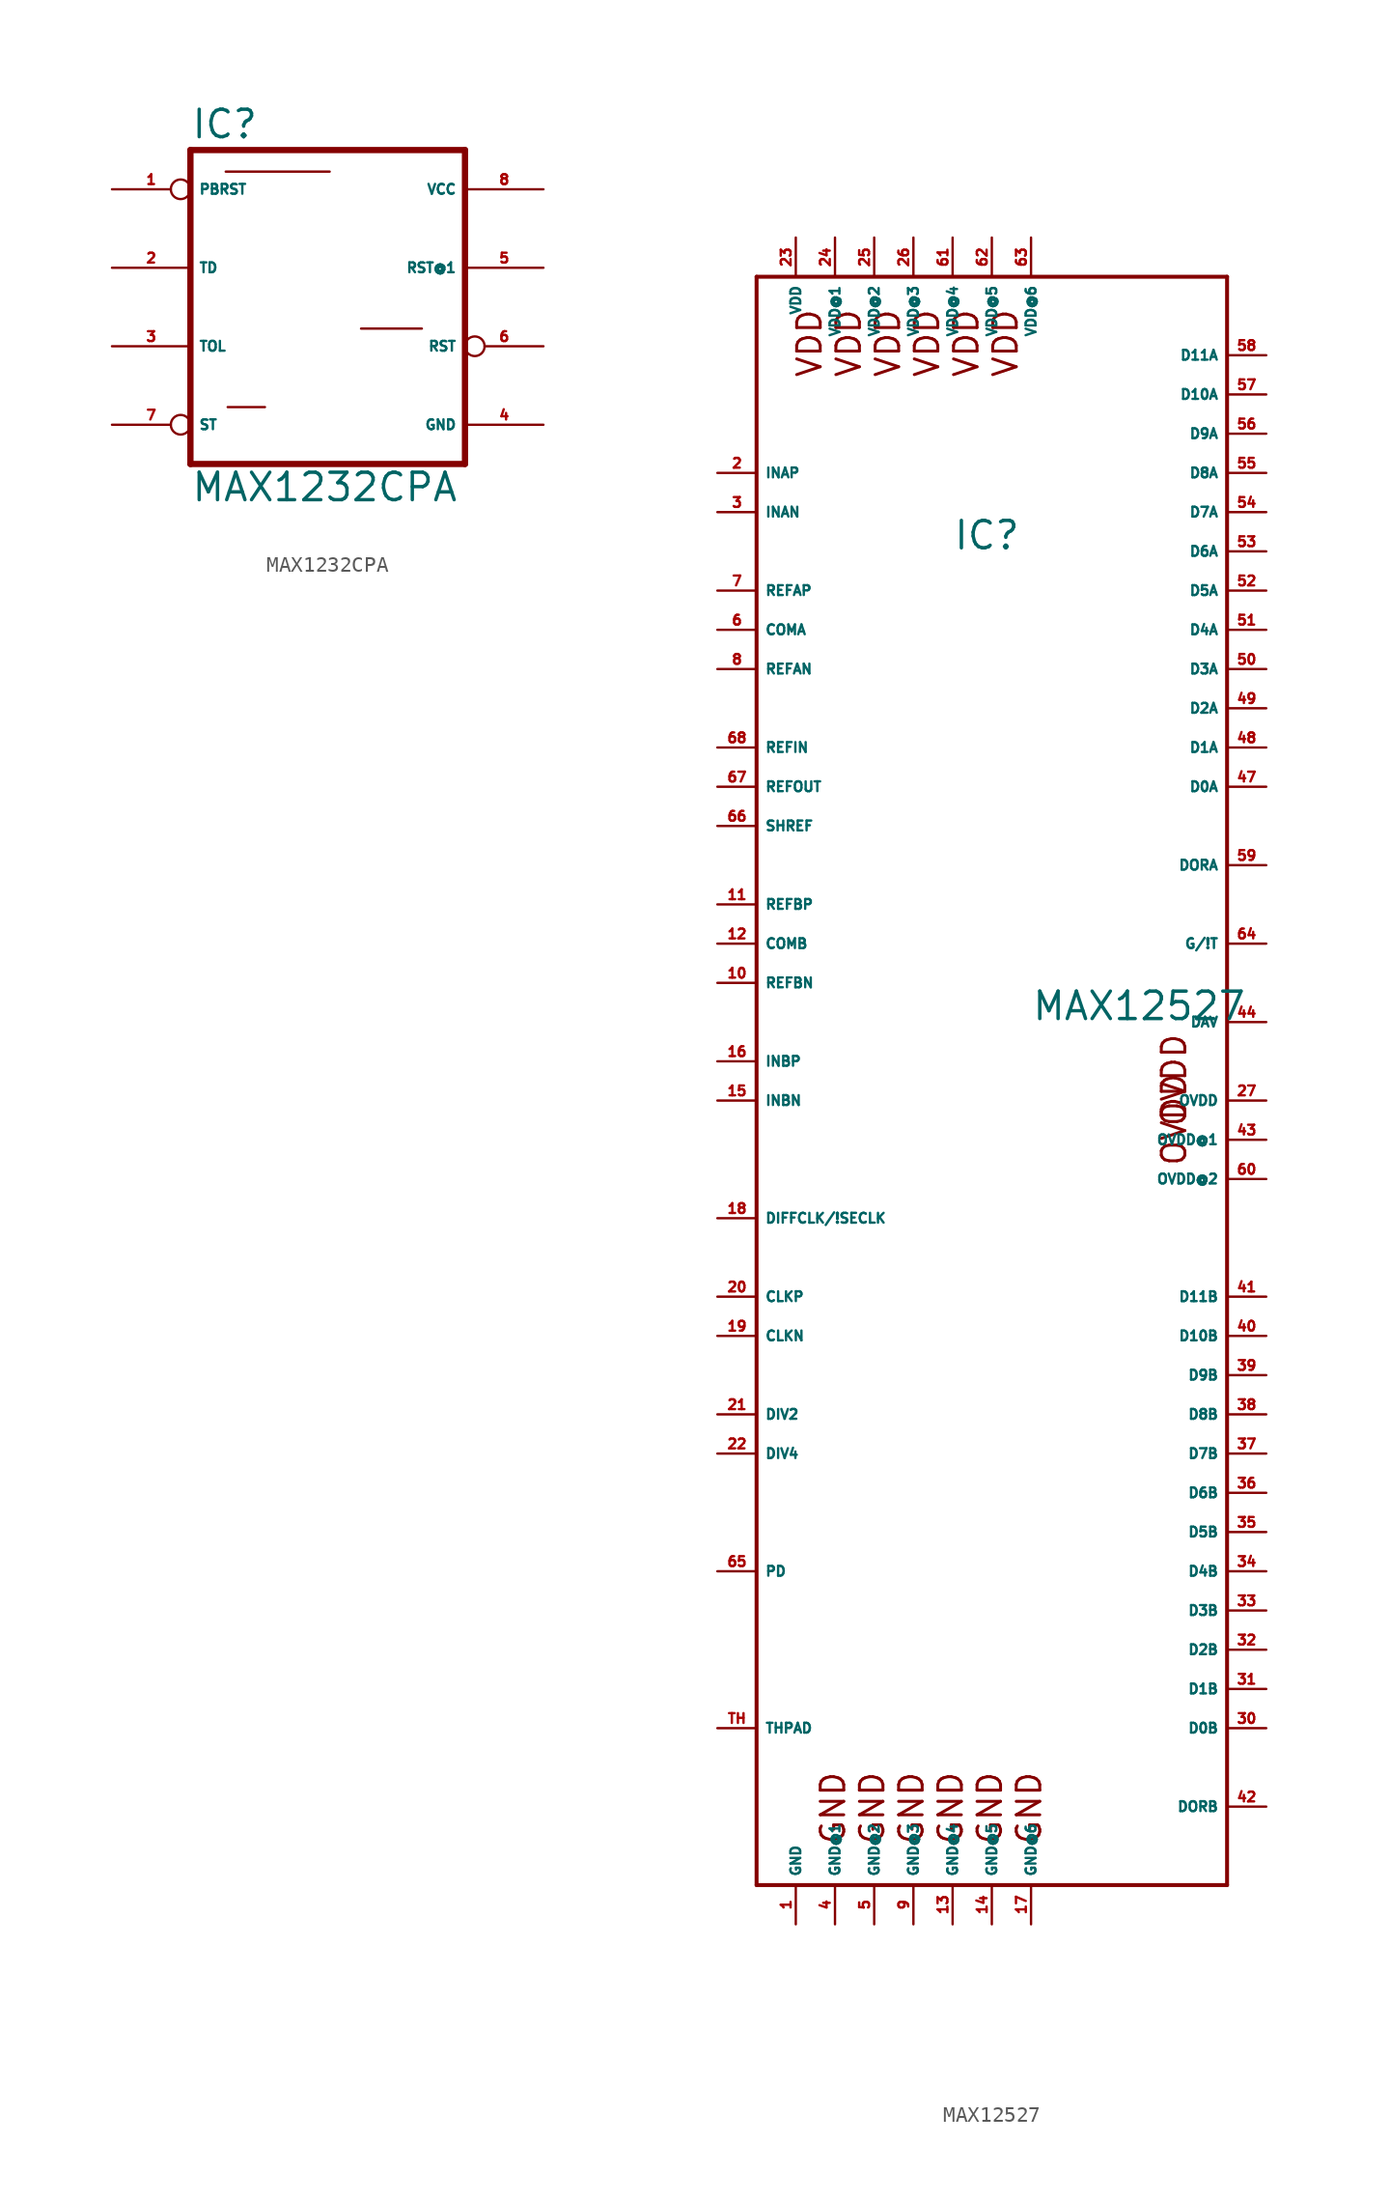
<source format=kicad_sym>
(kicad_symbol_lib
  (version 20220914)
  (generator Eagle2Kicad)
  (symbol "MAX1232CPA"
    (property "Reference" "IC"
      (at -10.16 10.795 0)
      (effects (font (size 1.778 1.778) (thickness 0.22)) (justify left bottom)))
    (property "Value" "MAX1232CPA"
      (at -10.16 -12.7 0)
      (effects (font (size 1.778 1.778) (thickness 0.22)) (justify left bottom)))
    (polyline
      (pts (xy 7.62 -10.16) (xy -10.16 -10.16))
      (stroke (width 0.406) (type default))
      (fill (type none)))
    (polyline
      (pts (xy -10.16 10.16) (xy -10.16 -10.16))
      (stroke (width 0.406) (type default))
      (fill (type none)))
    (polyline
      (pts (xy -10.16 10.16) (xy 7.62 10.16))
      (stroke (width 0.406) (type default))
      (fill (type none)))
    (polyline
      (pts (xy 7.62 -10.16) (xy 7.62 10.16))
      (stroke (width 0.406) (type default))
      (fill (type none)))
    (polyline
      (pts (xy -7.874 8.763) (xy -1.143 8.763))
      (stroke (width 0.152) (type default))
      (fill (type none)))
    (polyline
      (pts (xy 0.889 -1.397) (xy 4.826 -1.397))
      (stroke (width 0.152) (type default))
      (fill (type none)))
    (polyline
      (pts (xy -7.747 -6.477) (xy -5.334 -6.477))
      (stroke (width 0.152) (type default))
      (fill (type none)))
    (pin unspecified line
      (at 12.7 -7.62 180)
      (length 5.08)
      (name "GND" (effects (font (size 0.635 0.635) (thickness 0.08)) (justify left bottom)))
      (number "4" (effects (font (size 0.635 0.635) (thickness 0.08)) (justify left bottom))))
    (pin input inverted
      (at -15.24 7.62 0)
      (length 5.08)
      (name "PBRST" (effects (font (size 0.635 0.635) (thickness 0.08)) (justify left bottom)))
      (number "1" (effects (font (size 0.635 0.635) (thickness 0.08)) (justify left bottom))))
    (pin input line
      (at -15.24 2.54 0)
      (length 5.08)
      (name "TD" (effects (font (size 0.635 0.635) (thickness 0.08)) (justify left bottom)))
      (number "2" (effects (font (size 0.635 0.635) (thickness 0.08)) (justify left bottom))))
    (pin input line
      (at -15.24 -2.54 0)
      (length 5.08)
      (name "TOL" (effects (font (size 0.635 0.635) (thickness 0.08)) (justify left bottom)))
      (number "3" (effects (font (size 0.635 0.635) (thickness 0.08)) (justify left bottom))))
    (pin output inverted
      (at 12.7 -2.54 180)
      (length 5.08)
      (name "RST" (effects (font (size 0.635 0.635) (thickness 0.08)) (justify left bottom)))
      (number "6" (effects (font (size 0.635 0.635) (thickness 0.08)) (justify left bottom))))
    (pin unspecified line
      (at 12.7 7.62 180)
      (length 5.08)
      (name "VCC" (effects (font (size 0.635 0.635) (thickness 0.08)) (justify left bottom)))
      (number "8" (effects (font (size 0.635 0.635) (thickness 0.08)) (justify left bottom))))
    (pin output line
      (at 12.7 2.54 180)
      (length 5.08)
      (name "RST@1" (effects (font (size 0.635 0.635) (thickness 0.08)) (justify left bottom)))
      (number "5" (effects (font (size 0.635 0.635) (thickness 0.08)) (justify left bottom))))
    (pin input inverted
      (at -15.24 -7.62 0)
      (length 5.08)
      (name "ST" (effects (font (size 0.635 0.635) (thickness 0.08)) (justify left bottom)))
      (number "7" (effects (font (size 0.635 0.635) (thickness 0.08)) (justify left bottom)))))
  (symbol "MAX12527"
    (property "Reference" "IC"
      (at -2.54 30.48 0)
      (effects (font (size 1.778 1.778) (thickness 0.22)) (justify left bottom)))
    (property "Value" "MAX12527"
      (at 2.54 0 0)
      (effects (font (size 1.778 1.778) (thickness 0.22)) (justify left bottom)))
    (polyline
      (pts (xy -15.24 48.26) (xy 15.24 48.26))
      (stroke (width 0.254) (type default))
      (fill (type none)))
    (polyline
      (pts (xy 15.24 48.26) (xy 15.24 -55.88))
      (stroke (width 0.254) (type default))
      (fill (type none)))
    (polyline
      (pts (xy 15.24 -55.88) (xy -15.24 -55.88))
      (stroke (width 0.254) (type default))
      (fill (type none)))
    (polyline
      (pts (xy -15.24 -55.88) (xy -15.24 48.26))
      (stroke (width 0.254) (type default))
      (fill (type none)))
    (text "VDD"
      (at 1.778 41.656 900)
      (effects (font (size 1.524 1.524) (thickness 0.19)) (justify left bottom mirror)))
    (text "VDD"
      (at -0.762 41.656 900)
      (effects (font (size 1.524 1.524) (thickness 0.19)) (justify left bottom mirror)))
    (text "VDD"
      (at -3.302 41.656 900)
      (effects (font (size 1.524 1.524) (thickness 0.19)) (justify left bottom mirror)))
    (text "VDD"
      (at -5.842 41.656 900)
      (effects (font (size 1.524 1.524) (thickness 0.19)) (justify left bottom mirror)))
    (text "VDD"
      (at -8.382 41.656 900)
      (effects (font (size 1.524 1.524) (thickness 0.19)) (justify left bottom mirror)))
    (text "VDD"
      (at -10.922 41.656 900)
      (effects (font (size 1.524 1.524) (thickness 0.19)) (justify left bottom mirror)))
    (text "GND"
      (at -9.398 -53.34 900)
      (effects (font (size 1.524 1.524) (thickness 0.19)) (justify left bottom)))
    (text "GND"
      (at -6.858 -53.34 900)
      (effects (font (size 1.524 1.524) (thickness 0.19)) (justify left bottom)))
    (text "GND"
      (at -4.318 -53.34 900)
      (effects (font (size 1.524 1.524) (thickness 0.19)) (justify left bottom)))
    (text "GND"
      (at -1.778 -53.34 900)
      (effects (font (size 1.524 1.524) (thickness 0.19)) (justify left bottom)))
    (text "GND"
      (at 0.762 -53.34 900)
      (effects (font (size 1.524 1.524) (thickness 0.19)) (justify left bottom)))
    (text "GND"
      (at 3.302 -53.34 900)
      (effects (font (size 1.524 1.524) (thickness 0.19)) (justify left bottom)))
    (text "OVDD"
      (at 12.7 -6.858 1800)
      (effects (font (size 1.524 1.524) (thickness 0.19)) (justify left bottom)))
    (text "OVDD"
      (at 12.7 -9.398 1800)
      (effects (font (size 1.524 1.524) (thickness 0.19)) (justify left bottom)))
    (pin input line
      (at -17.78 35.56 0)
      (length 2.54)
      (name "INAP" (effects (font (size 0.635 0.635) (thickness 0.08)) (justify left bottom)))
      (number "2" (effects (font (size 0.635 0.635) (thickness 0.08)) (justify left bottom))))
    (pin input line
      (at -17.78 33.02 0)
      (length 2.54)
      (name "INAN" (effects (font (size 0.635 0.635) (thickness 0.08)) (justify left bottom)))
      (number "3" (effects (font (size 0.635 0.635) (thickness 0.08)) (justify left bottom))))
    (pin passive line
      (at -17.78 27.94 0)
      (length 2.54)
      (name "REFAP" (effects (font (size 0.635 0.635) (thickness 0.08)) (justify left bottom)))
      (number "7" (effects (font (size 0.635 0.635) (thickness 0.08)) (justify left bottom))))
    (pin passive line
      (at -17.78 25.4 0)
      (length 2.54)
      (name "COMA" (effects (font (size 0.635 0.635) (thickness 0.08)) (justify left bottom)))
      (number "6" (effects (font (size 0.635 0.635) (thickness 0.08)) (justify left bottom))))
    (pin passive line
      (at -17.78 22.86 0)
      (length 2.54)
      (name "REFAN" (effects (font (size 0.635 0.635) (thickness 0.08)) (justify left bottom)))
      (number "8" (effects (font (size 0.635 0.635) (thickness 0.08)) (justify left bottom))))
    (pin input line
      (at -17.78 17.78 0)
      (length 2.54)
      (name "REFIN" (effects (font (size 0.635 0.635) (thickness 0.08)) (justify left bottom)))
      (number "68" (effects (font (size 0.635 0.635) (thickness 0.08)) (justify left bottom))))
    (pin output line
      (at -17.78 15.24 0)
      (length 2.54)
      (name "REFOUT" (effects (font (size 0.635 0.635) (thickness 0.08)) (justify left bottom)))
      (number "67" (effects (font (size 0.635 0.635) (thickness 0.08)) (justify left bottom))))
    (pin input line
      (at -17.78 12.7 0)
      (length 2.54)
      (name "SHREF" (effects (font (size 0.635 0.635) (thickness 0.08)) (justify left bottom)))
      (number "66" (effects (font (size 0.635 0.635) (thickness 0.08)) (justify left bottom))))
    (pin passive line
      (at -17.78 7.62 0)
      (length 2.54)
      (name "REFBP" (effects (font (size 0.635 0.635) (thickness 0.08)) (justify left bottom)))
      (number "11" (effects (font (size 0.635 0.635) (thickness 0.08)) (justify left bottom))))
    (pin passive line
      (at -17.78 5.08 0)
      (length 2.54)
      (name "COMB" (effects (font (size 0.635 0.635) (thickness 0.08)) (justify left bottom)))
      (number "12" (effects (font (size 0.635 0.635) (thickness 0.08)) (justify left bottom))))
    (pin passive line
      (at -17.78 2.54 0)
      (length 2.54)
      (name "REFBN" (effects (font (size 0.635 0.635) (thickness 0.08)) (justify left bottom)))
      (number "10" (effects (font (size 0.635 0.635) (thickness 0.08)) (justify left bottom))))
    (pin input line
      (at -17.78 -2.54 0)
      (length 2.54)
      (name "INBP" (effects (font (size 0.635 0.635) (thickness 0.08)) (justify left bottom)))
      (number "16" (effects (font (size 0.635 0.635) (thickness 0.08)) (justify left bottom))))
    (pin input line
      (at -17.78 -5.08 0)
      (length 2.54)
      (name "INBN" (effects (font (size 0.635 0.635) (thickness 0.08)) (justify left bottom)))
      (number "15" (effects (font (size 0.635 0.635) (thickness 0.08)) (justify left bottom))))
    (pin input line
      (at -17.78 -12.7 0)
      (length 2.54)
      (name "DIFFCLK/!SECLK" (effects (font (size 0.635 0.635) (thickness 0.08)) (justify left bottom)))
      (number "18" (effects (font (size 0.635 0.635) (thickness 0.08)) (justify left bottom))))
    (pin input line
      (at -17.78 -17.78 0)
      (length 2.54)
      (name "CLKP" (effects (font (size 0.635 0.635) (thickness 0.08)) (justify left bottom)))
      (number "20" (effects (font (size 0.635 0.635) (thickness 0.08)) (justify left bottom))))
    (pin input line
      (at -17.78 -20.32 0)
      (length 2.54)
      (name "CLKN" (effects (font (size 0.635 0.635) (thickness 0.08)) (justify left bottom)))
      (number "19" (effects (font (size 0.635 0.635) (thickness 0.08)) (justify left bottom))))
    (pin input line
      (at -17.78 -25.4 0)
      (length 2.54)
      (name "DIV2" (effects (font (size 0.635 0.635) (thickness 0.08)) (justify left bottom)))
      (number "21" (effects (font (size 0.635 0.635) (thickness 0.08)) (justify left bottom))))
    (pin input line
      (at -17.78 -27.94 0)
      (length 2.54)
      (name "DIV4" (effects (font (size 0.635 0.635) (thickness 0.08)) (justify left bottom)))
      (number "22" (effects (font (size 0.635 0.635) (thickness 0.08)) (justify left bottom))))
    (pin unspecified line
      (at -12.7 -58.42 90)
      (length 2.54)
      (name "GND" (effects (font (size 0.635 0.635) (thickness 0.08)) (justify left bottom)))
      (number "1" (effects (font (size 0.635 0.635) (thickness 0.08)) (justify left bottom))))
    (pin input line
      (at -17.78 -35.56 0)
      (length 2.54)
      (name "PD" (effects (font (size 0.635 0.635) (thickness 0.08)) (justify left bottom)))
      (number "65" (effects (font (size 0.635 0.635) (thickness 0.08)) (justify left bottom))))
    (pin unspecified line
      (at -12.7 50.8 270)
      (length 2.54)
      (name "VDD" (effects (font (size 0.635 0.635) (thickness 0.08)) (justify left bottom)))
      (number "23" (effects (font (size 0.635 0.635) (thickness 0.08)) (justify left bottom))))
    (pin output line
      (at 17.78 -50.8 180)
      (length 2.54)
      (name "DORB" (effects (font (size 0.635 0.635) (thickness 0.08)) (justify left bottom)))
      (number "42" (effects (font (size 0.635 0.635) (thickness 0.08)) (justify left bottom))))
    (pin output line
      (at 17.78 -45.72 180)
      (length 2.54)
      (name "D0B" (effects (font (size 0.635 0.635) (thickness 0.08)) (justify left bottom)))
      (number "30" (effects (font (size 0.635 0.635) (thickness 0.08)) (justify left bottom))))
    (pin output line
      (at 17.78 -43.18 180)
      (length 2.54)
      (name "D1B" (effects (font (size 0.635 0.635) (thickness 0.08)) (justify left bottom)))
      (number "31" (effects (font (size 0.635 0.635) (thickness 0.08)) (justify left bottom))))
    (pin output line
      (at 17.78 -40.64 180)
      (length 2.54)
      (name "D2B" (effects (font (size 0.635 0.635) (thickness 0.08)) (justify left bottom)))
      (number "32" (effects (font (size 0.635 0.635) (thickness 0.08)) (justify left bottom))))
    (pin output line
      (at 17.78 -38.1 180)
      (length 2.54)
      (name "D3B" (effects (font (size 0.635 0.635) (thickness 0.08)) (justify left bottom)))
      (number "33" (effects (font (size 0.635 0.635) (thickness 0.08)) (justify left bottom))))
    (pin output line
      (at 17.78 -35.56 180)
      (length 2.54)
      (name "D4B" (effects (font (size 0.635 0.635) (thickness 0.08)) (justify left bottom)))
      (number "34" (effects (font (size 0.635 0.635) (thickness 0.08)) (justify left bottom))))
    (pin output line
      (at 17.78 -33.02 180)
      (length 2.54)
      (name "D5B" (effects (font (size 0.635 0.635) (thickness 0.08)) (justify left bottom)))
      (number "35" (effects (font (size 0.635 0.635) (thickness 0.08)) (justify left bottom))))
    (pin output line
      (at 17.78 -30.48 180)
      (length 2.54)
      (name "D6B" (effects (font (size 0.635 0.635) (thickness 0.08)) (justify left bottom)))
      (number "36" (effects (font (size 0.635 0.635) (thickness 0.08)) (justify left bottom))))
    (pin output line
      (at 17.78 -27.94 180)
      (length 2.54)
      (name "D7B" (effects (font (size 0.635 0.635) (thickness 0.08)) (justify left bottom)))
      (number "37" (effects (font (size 0.635 0.635) (thickness 0.08)) (justify left bottom))))
    (pin output line
      (at 17.78 -25.4 180)
      (length 2.54)
      (name "D8B" (effects (font (size 0.635 0.635) (thickness 0.08)) (justify left bottom)))
      (number "38" (effects (font (size 0.635 0.635) (thickness 0.08)) (justify left bottom))))
    (pin output line
      (at 17.78 -22.86 180)
      (length 2.54)
      (name "D9B" (effects (font (size 0.635 0.635) (thickness 0.08)) (justify left bottom)))
      (number "39" (effects (font (size 0.635 0.635) (thickness 0.08)) (justify left bottom))))
    (pin output line
      (at 17.78 -20.32 180)
      (length 2.54)
      (name "D10B" (effects (font (size 0.635 0.635) (thickness 0.08)) (justify left bottom)))
      (number "40" (effects (font (size 0.635 0.635) (thickness 0.08)) (justify left bottom))))
    (pin output line
      (at 17.78 -17.78 180)
      (length 2.54)
      (name "D11B" (effects (font (size 0.635 0.635) (thickness 0.08)) (justify left bottom)))
      (number "41" (effects (font (size 0.635 0.635) (thickness 0.08)) (justify left bottom))))
    (pin unspecified line
      (at 17.78 -5.08 180)
      (length 2.54)
      (name "OVDD" (effects (font (size 0.635 0.635) (thickness 0.08)) (justify left bottom)))
      (number "27" (effects (font (size 0.635 0.635) (thickness 0.08)) (justify left bottom))))
    (pin output line
      (at 17.78 0 180)
      (length 2.54)
      (name "DAV" (effects (font (size 0.635 0.635) (thickness 0.08)) (justify left bottom)))
      (number "44" (effects (font (size 0.635 0.635) (thickness 0.08)) (justify left bottom))))
    (pin input line
      (at 17.78 5.08 180)
      (length 2.54)
      (name "G/!T" (effects (font (size 0.635 0.635) (thickness 0.08)) (justify left bottom)))
      (number "64" (effects (font (size 0.635 0.635) (thickness 0.08)) (justify left bottom))))
    (pin output line
      (at 17.78 10.16 180)
      (length 2.54)
      (name "DORA" (effects (font (size 0.635 0.635) (thickness 0.08)) (justify left bottom)))
      (number "59" (effects (font (size 0.635 0.635) (thickness 0.08)) (justify left bottom))))
    (pin output line
      (at 17.78 15.24 180)
      (length 2.54)
      (name "D0A" (effects (font (size 0.635 0.635) (thickness 0.08)) (justify left bottom)))
      (number "47" (effects (font (size 0.635 0.635) (thickness 0.08)) (justify left bottom))))
    (pin output line
      (at 17.78 17.78 180)
      (length 2.54)
      (name "D1A" (effects (font (size 0.635 0.635) (thickness 0.08)) (justify left bottom)))
      (number "48" (effects (font (size 0.635 0.635) (thickness 0.08)) (justify left bottom))))
    (pin output line
      (at 17.78 20.32 180)
      (length 2.54)
      (name "D2A" (effects (font (size 0.635 0.635) (thickness 0.08)) (justify left bottom)))
      (number "49" (effects (font (size 0.635 0.635) (thickness 0.08)) (justify left bottom))))
    (pin output line
      (at 17.78 22.86 180)
      (length 2.54)
      (name "D3A" (effects (font (size 0.635 0.635) (thickness 0.08)) (justify left bottom)))
      (number "50" (effects (font (size 0.635 0.635) (thickness 0.08)) (justify left bottom))))
    (pin output line
      (at 17.78 25.4 180)
      (length 2.54)
      (name "D4A" (effects (font (size 0.635 0.635) (thickness 0.08)) (justify left bottom)))
      (number "51" (effects (font (size 0.635 0.635) (thickness 0.08)) (justify left bottom))))
    (pin output line
      (at 17.78 27.94 180)
      (length 2.54)
      (name "D5A" (effects (font (size 0.635 0.635) (thickness 0.08)) (justify left bottom)))
      (number "52" (effects (font (size 0.635 0.635) (thickness 0.08)) (justify left bottom))))
    (pin output line
      (at 17.78 30.48 180)
      (length 2.54)
      (name "D6A" (effects (font (size 0.635 0.635) (thickness 0.08)) (justify left bottom)))
      (number "53" (effects (font (size 0.635 0.635) (thickness 0.08)) (justify left bottom))))
    (pin output line
      (at 17.78 33.02 180)
      (length 2.54)
      (name "D7A" (effects (font (size 0.635 0.635) (thickness 0.08)) (justify left bottom)))
      (number "54" (effects (font (size 0.635 0.635) (thickness 0.08)) (justify left bottom))))
    (pin output line
      (at 17.78 35.56 180)
      (length 2.54)
      (name "D8A" (effects (font (size 0.635 0.635) (thickness 0.08)) (justify left bottom)))
      (number "55" (effects (font (size 0.635 0.635) (thickness 0.08)) (justify left bottom))))
    (pin output line
      (at 17.78 38.1 180)
      (length 2.54)
      (name "D9A" (effects (font (size 0.635 0.635) (thickness 0.08)) (justify left bottom)))
      (number "56" (effects (font (size 0.635 0.635) (thickness 0.08)) (justify left bottom))))
    (pin output line
      (at 17.78 40.64 180)
      (length 2.54)
      (name "D10A" (effects (font (size 0.635 0.635) (thickness 0.08)) (justify left bottom)))
      (number "57" (effects (font (size 0.635 0.635) (thickness 0.08)) (justify left bottom))))
    (pin output line
      (at 17.78 43.18 180)
      (length 2.54)
      (name "D11A" (effects (font (size 0.635 0.635) (thickness 0.08)) (justify left bottom)))
      (number "58" (effects (font (size 0.635 0.635) (thickness 0.08)) (justify left bottom))))
    (pin passive line
      (at -17.78 -45.72 0)
      (length 2.54)
      (name "THPAD" (effects (font (size 0.635 0.635) (thickness 0.08)) (justify left bottom)))
      (number "TH" (effects (font (size 0.635 0.635) (thickness 0.08)) (justify left bottom))))
    (pin unspecified line
      (at -10.16 -58.42 90)
      (length 2.54)
      (name "GND@1" (effects (font (size 0.635 0.635) (thickness 0.08)) (justify left bottom)))
      (number "4" (effects (font (size 0.635 0.635) (thickness 0.08)) (justify left bottom))))
    (pin unspecified line
      (at -7.62 -58.42 90)
      (length 2.54)
      (name "GND@2" (effects (font (size 0.635 0.635) (thickness 0.08)) (justify left bottom)))
      (number "5" (effects (font (size 0.635 0.635) (thickness 0.08)) (justify left bottom))))
    (pin unspecified line
      (at -5.08 -58.42 90)
      (length 2.54)
      (name "GND@3" (effects (font (size 0.635 0.635) (thickness 0.08)) (justify left bottom)))
      (number "9" (effects (font (size 0.635 0.635) (thickness 0.08)) (justify left bottom))))
    (pin unspecified line
      (at -2.54 -58.42 90)
      (length 2.54)
      (name "GND@4" (effects (font (size 0.635 0.635) (thickness 0.08)) (justify left bottom)))
      (number "13" (effects (font (size 0.635 0.635) (thickness 0.08)) (justify left bottom))))
    (pin unspecified line
      (at 0 -58.42 90)
      (length 2.54)
      (name "GND@5" (effects (font (size 0.635 0.635) (thickness 0.08)) (justify left bottom)))
      (number "14" (effects (font (size 0.635 0.635) (thickness 0.08)) (justify left bottom))))
    (pin unspecified line
      (at 2.54 -58.42 90)
      (length 2.54)
      (name "GND@6" (effects (font (size 0.635 0.635) (thickness 0.08)) (justify left bottom)))
      (number "17" (effects (font (size 0.635 0.635) (thickness 0.08)) (justify left bottom))))
    (pin unspecified line
      (at -10.16 50.8 270)
      (length 2.54)
      (name "VDD@1" (effects (font (size 0.635 0.635) (thickness 0.08)) (justify left bottom)))
      (number "24" (effects (font (size 0.635 0.635) (thickness 0.08)) (justify left bottom))))
    (pin unspecified line
      (at -7.62 50.8 270)
      (length 2.54)
      (name "VDD@2" (effects (font (size 0.635 0.635) (thickness 0.08)) (justify left bottom)))
      (number "25" (effects (font (size 0.635 0.635) (thickness 0.08)) (justify left bottom))))
    (pin unspecified line
      (at -5.08 50.8 270)
      (length 2.54)
      (name "VDD@3" (effects (font (size 0.635 0.635) (thickness 0.08)) (justify left bottom)))
      (number "26" (effects (font (size 0.635 0.635) (thickness 0.08)) (justify left bottom))))
    (pin unspecified line
      (at -2.54 50.8 270)
      (length 2.54)
      (name "VDD@4" (effects (font (size 0.635 0.635) (thickness 0.08)) (justify left bottom)))
      (number "61" (effects (font (size 0.635 0.635) (thickness 0.08)) (justify left bottom))))
    (pin unspecified line
      (at 0 50.8 270)
      (length 2.54)
      (name "VDD@5" (effects (font (size 0.635 0.635) (thickness 0.08)) (justify left bottom)))
      (number "62" (effects (font (size 0.635 0.635) (thickness 0.08)) (justify left bottom))))
    (pin unspecified line
      (at 2.54 50.8 270)
      (length 2.54)
      (name "VDD@6" (effects (font (size 0.635 0.635) (thickness 0.08)) (justify left bottom)))
      (number "63" (effects (font (size 0.635 0.635) (thickness 0.08)) (justify left bottom))))
    (pin unspecified line
      (at 17.78 -7.62 180)
      (length 2.54)
      (name "OVDD@1" (effects (font (size 0.635 0.635) (thickness 0.08)) (justify left bottom)))
      (number "43" (effects (font (size 0.635 0.635) (thickness 0.08)) (justify left bottom))))
    (pin unspecified line
      (at 17.78 -10.16 180)
      (length 2.54)
      (name "OVDD@2" (effects (font (size 0.635 0.635) (thickness 0.08)) (justify left bottom)))
      (number "60" (effects (font (size 0.635 0.635) (thickness 0.08)) (justify left bottom))))))
</source>
